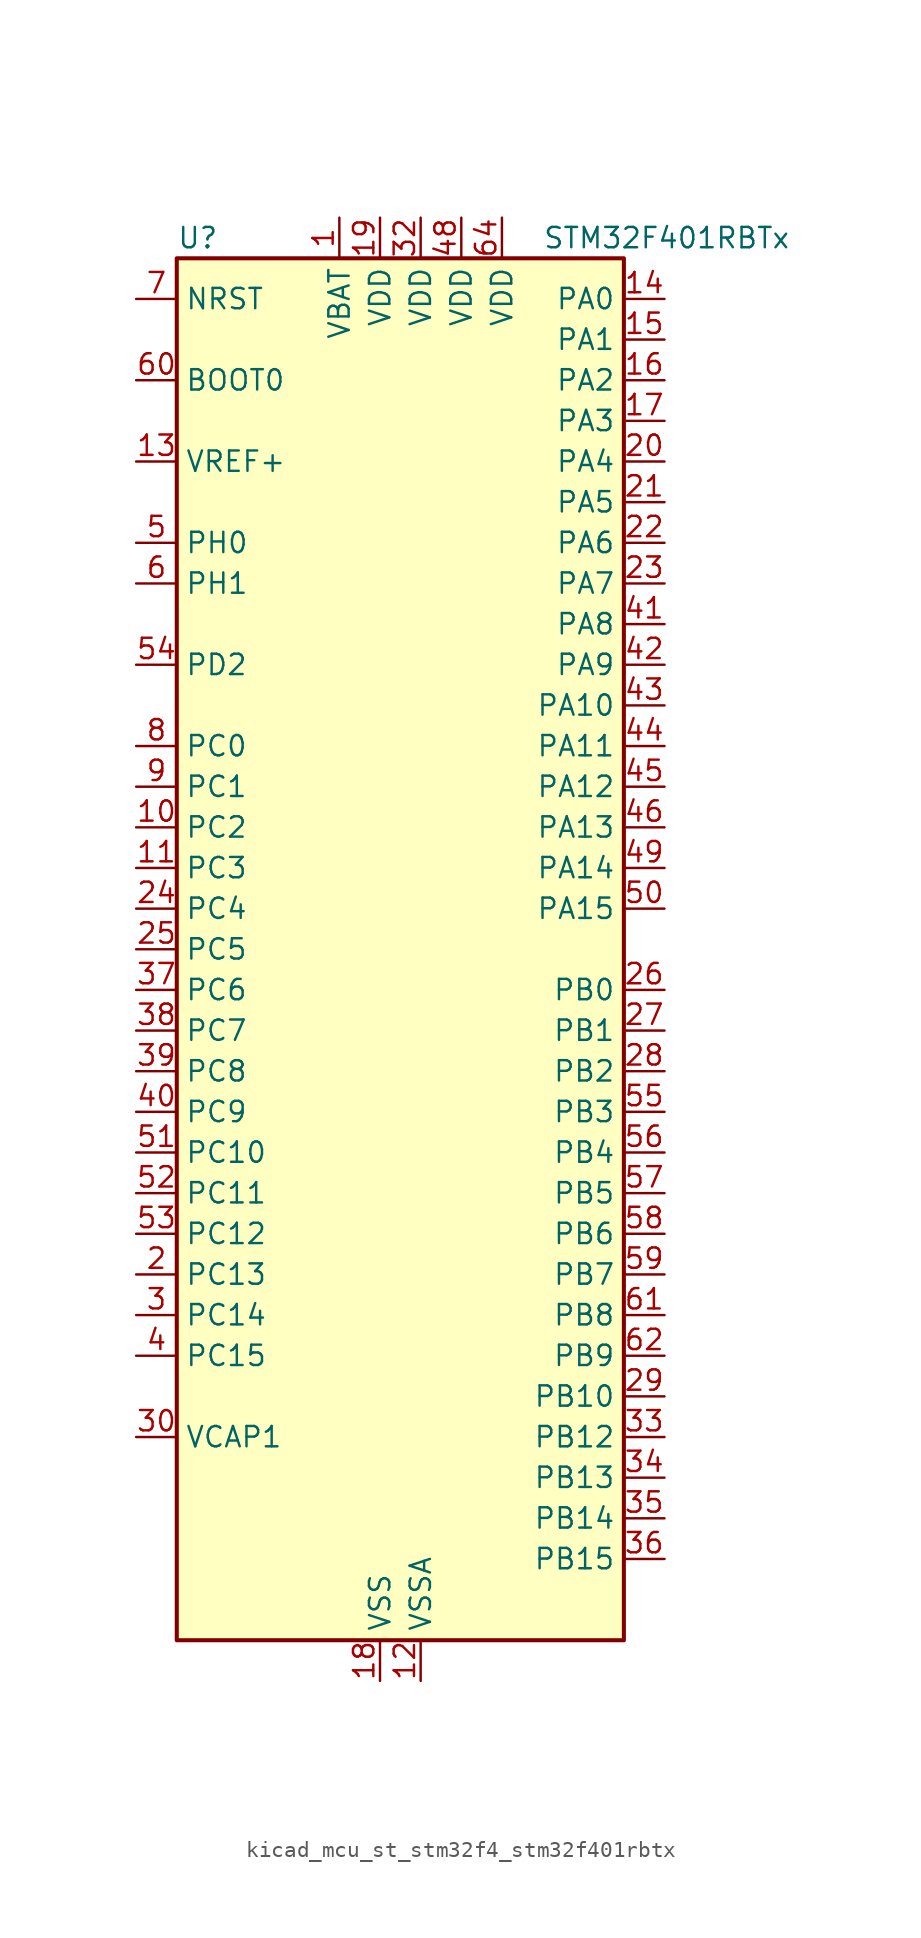
<source format=kicad_sym>
(kicad_symbol_lib
  (version 20220914)
  (generator kicad_symbol_editor)
  (symbol "kicad_mcu_st_stm32f4_stm32f401rbtx"
    (property "Reference" "U"
      (at -12.7 44.45 0)
      (effects (font (size 1.27 1.27)) (justify left)))
    (property "Value" "STM32F401RBTx"
      (at 10.16 44.45 0)
      (effects (font (size 1.27 1.27)) (justify left)))
    (property "ki_locked" ""
      (at 0 0 0)
      (effects (font (size 1.27 1.27))))
    (symbol "kicad_mcu_st_stm32f4_stm32f401rbtx_0_1"
      (rectangle (start -12.7 -43.18) (end 15.24 43.18) (stroke (width 0.254) (type default)) (fill (type background))))
    (symbol "kicad_mcu_st_stm32f4_stm32f401rbtx_1_1"
      (pin power_in line (at -2.54 45.72 270) (length 2.54) (name "VBAT" (effects (font (size 1.27 1.27)))) (number "1" (effects (font (size 1.27 1.27)))))
      (pin bidirectional line (at -15.24 7.62 0) (length 2.54) (name "PC2" (effects (font (size 1.27 1.27)))) (number "10" (effects (font (size 1.27 1.27)))) (alternate "ADC1_IN12" bidirectional line) (alternate "I2S2_ext_SD" bidirectional line) (alternate "SPI2_MISO" bidirectional line))
      (pin bidirectional line (at -15.24 5.08 0) (length 2.54) (name "PC3" (effects (font (size 1.27 1.27)))) (number "11" (effects (font (size 1.27 1.27)))) (alternate "ADC1_IN13" bidirectional line) (alternate "I2S2_SD" bidirectional line) (alternate "SPI2_MOSI" bidirectional line))
      (pin power_in line (at 2.54 -45.72 90) (length 2.54) (name "VSSA" (effects (font (size 1.27 1.27)))) (number "12" (effects (font (size 1.27 1.27)))))
      (pin input line (at -15.24 30.48 0) (length 2.54) (name "VREF+" (effects (font (size 1.27 1.27)))) (number "13" (effects (font (size 1.27 1.27)))))
      (pin bidirectional line (at 17.78 40.64 180) (length 2.54) (name "PA0" (effects (font (size 1.27 1.27)))) (number "14" (effects (font (size 1.27 1.27)))) (alternate "ADC1_IN0" bidirectional line) (alternate "SYS_WKUP" bidirectional line) (alternate "TIM2_CH1" bidirectional line) (alternate "TIM2_ETR" bidirectional line) (alternate "TIM5_CH1" bidirectional line) (alternate "USART2_CTS" bidirectional line))
      (pin bidirectional line (at 17.78 38.1 180) (length 2.54) (name "PA1" (effects (font (size 1.27 1.27)))) (number "15" (effects (font (size 1.27 1.27)))) (alternate "ADC1_IN1" bidirectional line) (alternate "TIM2_CH2" bidirectional line) (alternate "TIM5_CH2" bidirectional line) (alternate "USART2_RTS" bidirectional line))
      (pin bidirectional line (at 17.78 35.56 180) (length 2.54) (name "PA2" (effects (font (size 1.27 1.27)))) (number "16" (effects (font (size 1.27 1.27)))) (alternate "ADC1_IN2" bidirectional line) (alternate "TIM2_CH3" bidirectional line) (alternate "TIM5_CH3" bidirectional line) (alternate "TIM9_CH1" bidirectional line) (alternate "USART2_TX" bidirectional line))
      (pin bidirectional line (at 17.78 33.02 180) (length 2.54) (name "PA3" (effects (font (size 1.27 1.27)))) (number "17" (effects (font (size 1.27 1.27)))) (alternate "ADC1_IN3" bidirectional line) (alternate "TIM2_CH4" bidirectional line) (alternate "TIM5_CH4" bidirectional line) (alternate "TIM9_CH2" bidirectional line) (alternate "USART2_RX" bidirectional line))
      (pin power_in line (at 0 -45.72 90) (length 2.54) (name "VSS" (effects (font (size 1.27 1.27)))) (number "18" (effects (font (size 1.27 1.27)))))
      (pin power_in line (at 0 45.72 270) (length 2.54) (name "VDD" (effects (font (size 1.27 1.27)))) (number "19" (effects (font (size 1.27 1.27)))))
      (pin bidirectional line (at -15.24 -20.32 0) (length 2.54) (name "PC13" (effects (font (size 1.27 1.27)))) (number "2" (effects (font (size 1.27 1.27)))) (alternate "RTC_AF1" bidirectional line))
      (pin bidirectional line (at 17.78 30.48 180) (length 2.54) (name "PA4" (effects (font (size 1.27 1.27)))) (number "20" (effects (font (size 1.27 1.27)))) (alternate "ADC1_IN4" bidirectional line) (alternate "I2S3_WS" bidirectional line) (alternate "SPI1_NSS" bidirectional line) (alternate "SPI3_NSS" bidirectional line) (alternate "USART2_CK" bidirectional line))
      (pin bidirectional line (at 17.78 27.94 180) (length 2.54) (name "PA5" (effects (font (size 1.27 1.27)))) (number "21" (effects (font (size 1.27 1.27)))) (alternate "ADC1_IN5" bidirectional line) (alternate "SPI1_SCK" bidirectional line) (alternate "TIM2_CH1" bidirectional line) (alternate "TIM2_ETR" bidirectional line))
      (pin bidirectional line (at 17.78 25.4 180) (length 2.54) (name "PA6" (effects (font (size 1.27 1.27)))) (number "22" (effects (font (size 1.27 1.27)))) (alternate "ADC1_IN6" bidirectional line) (alternate "SPI1_MISO" bidirectional line) (alternate "TIM1_BKIN" bidirectional line) (alternate "TIM3_CH1" bidirectional line))
      (pin bidirectional line (at 17.78 22.86 180) (length 2.54) (name "PA7" (effects (font (size 1.27 1.27)))) (number "23" (effects (font (size 1.27 1.27)))) (alternate "ADC1_IN7" bidirectional line) (alternate "SPI1_MOSI" bidirectional line) (alternate "TIM1_CH1N" bidirectional line) (alternate "TIM3_CH2" bidirectional line))
      (pin bidirectional line (at -15.24 2.54 0) (length 2.54) (name "PC4" (effects (font (size 1.27 1.27)))) (number "24" (effects (font (size 1.27 1.27)))) (alternate "ADC1_IN14" bidirectional line))
      (pin bidirectional line (at -15.24 0 0) (length 2.54) (name "PC5" (effects (font (size 1.27 1.27)))) (number "25" (effects (font (size 1.27 1.27)))) (alternate "ADC1_IN15" bidirectional line))
      (pin bidirectional line (at 17.78 -2.54 180) (length 2.54) (name "PB0" (effects (font (size 1.27 1.27)))) (number "26" (effects (font (size 1.27 1.27)))) (alternate "ADC1_IN8" bidirectional line) (alternate "TIM1_CH2N" bidirectional line) (alternate "TIM3_CH3" bidirectional line))
      (pin bidirectional line (at 17.78 -5.08 180) (length 2.54) (name "PB1" (effects (font (size 1.27 1.27)))) (number "27" (effects (font (size 1.27 1.27)))) (alternate "ADC1_IN9" bidirectional line) (alternate "TIM1_CH3N" bidirectional line) (alternate "TIM3_CH4" bidirectional line))
      (pin bidirectional line (at 17.78 -7.62 180) (length 2.54) (name "PB2" (effects (font (size 1.27 1.27)))) (number "28" (effects (font (size 1.27 1.27)))))
      (pin bidirectional line (at 17.78 -27.94 180) (length 2.54) (name "PB10" (effects (font (size 1.27 1.27)))) (number "29" (effects (font (size 1.27 1.27)))) (alternate "I2C2_SCL" bidirectional line) (alternate "I2S2_CK" bidirectional line) (alternate "SPI2_SCK" bidirectional line) (alternate "TIM2_CH3" bidirectional line))
      (pin bidirectional line (at -15.24 -22.86 0) (length 2.54) (name "PC14" (effects (font (size 1.27 1.27)))) (number "3" (effects (font (size 1.27 1.27)))) (alternate "RCC_OSC32_IN" bidirectional line))
      (pin power_out line (at -15.24 -30.48 0) (length 2.54) (name "VCAP1" (effects (font (size 1.27 1.27)))) (number "30" (effects (font (size 1.27 1.27)))))
      (pin passive line (at 0 -45.72 90) (length 2.54) hide (name "VSS" (effects (font (size 1.27 1.27)))) (number "31" (effects (font (size 1.27 1.27)))))
      (pin power_in line (at 2.54 45.72 270) (length 2.54) (name "VDD" (effects (font (size 1.27 1.27)))) (number "32" (effects (font (size 1.27 1.27)))))
      (pin bidirectional line (at 17.78 -30.48 180) (length 2.54) (name "PB12" (effects (font (size 1.27 1.27)))) (number "33" (effects (font (size 1.27 1.27)))) (alternate "I2C2_SMBA" bidirectional line) (alternate "I2S2_WS" bidirectional line) (alternate "SPI2_NSS" bidirectional line) (alternate "TIM1_BKIN" bidirectional line))
      (pin bidirectional line (at 17.78 -33.02 180) (length 2.54) (name "PB13" (effects (font (size 1.27 1.27)))) (number "34" (effects (font (size 1.27 1.27)))) (alternate "I2S2_CK" bidirectional line) (alternate "SPI2_SCK" bidirectional line) (alternate "TIM1_CH1N" bidirectional line))
      (pin bidirectional line (at 17.78 -35.56 180) (length 2.54) (name "PB14" (effects (font (size 1.27 1.27)))) (number "35" (effects (font (size 1.27 1.27)))) (alternate "I2S2_ext_SD" bidirectional line) (alternate "SPI2_MISO" bidirectional line) (alternate "TIM1_CH2N" bidirectional line))
      (pin bidirectional line (at 17.78 -38.1 180) (length 2.54) (name "PB15" (effects (font (size 1.27 1.27)))) (number "36" (effects (font (size 1.27 1.27)))) (alternate "ADC1_EXTI15" bidirectional line) (alternate "I2S2_SD" bidirectional line) (alternate "RTC_REFIN" bidirectional line) (alternate "SPI2_MOSI" bidirectional line) (alternate "TIM1_CH3N" bidirectional line))
      (pin bidirectional line (at -15.24 -2.54 0) (length 2.54) (name "PC6" (effects (font (size 1.27 1.27)))) (number "37" (effects (font (size 1.27 1.27)))) (alternate "I2S2_MCK" bidirectional line) (alternate "SDIO_D6" bidirectional line) (alternate "TIM3_CH1" bidirectional line) (alternate "USART6_TX" bidirectional line))
      (pin bidirectional line (at -15.24 -5.08 0) (length 2.54) (name "PC7" (effects (font (size 1.27 1.27)))) (number "38" (effects (font (size 1.27 1.27)))) (alternate "I2S3_MCK" bidirectional line) (alternate "SDIO_D7" bidirectional line) (alternate "TIM3_CH2" bidirectional line) (alternate "USART6_RX" bidirectional line))
      (pin bidirectional line (at -15.24 -7.62 0) (length 2.54) (name "PC8" (effects (font (size 1.27 1.27)))) (number "39" (effects (font (size 1.27 1.27)))) (alternate "SDIO_D0" bidirectional line) (alternate "TIM3_CH3" bidirectional line) (alternate "USART6_CK" bidirectional line))
      (pin bidirectional line (at -15.24 -25.4 0) (length 2.54) (name "PC15" (effects (font (size 1.27 1.27)))) (number "4" (effects (font (size 1.27 1.27)))) (alternate "ADC1_EXTI15" bidirectional line) (alternate "RCC_OSC32_OUT" bidirectional line))
      (pin bidirectional line (at -15.24 -10.16 0) (length 2.54) (name "PC9" (effects (font (size 1.27 1.27)))) (number "40" (effects (font (size 1.27 1.27)))) (alternate "I2C3_SDA" bidirectional line) (alternate "I2S_CKIN" bidirectional line) (alternate "RCC_MCO_2" bidirectional line) (alternate "SDIO_D1" bidirectional line) (alternate "TIM3_CH4" bidirectional line))
      (pin bidirectional line (at 17.78 20.32 180) (length 2.54) (name "PA8" (effects (font (size 1.27 1.27)))) (number "41" (effects (font (size 1.27 1.27)))) (alternate "I2C3_SCL" bidirectional line) (alternate "RCC_MCO_1" bidirectional line) (alternate "TIM1_CH1" bidirectional line) (alternate "USART1_CK" bidirectional line) (alternate "USB_OTG_FS_SOF" bidirectional line))
      (pin bidirectional line (at 17.78 17.78 180) (length 2.54) (name "PA9" (effects (font (size 1.27 1.27)))) (number "42" (effects (font (size 1.27 1.27)))) (alternate "I2C3_SMBA" bidirectional line) (alternate "TIM1_CH2" bidirectional line) (alternate "USART1_TX" bidirectional line) (alternate "USB_OTG_FS_VBUS" bidirectional line))
      (pin bidirectional line (at 17.78 15.24 180) (length 2.54) (name "PA10" (effects (font (size 1.27 1.27)))) (number "43" (effects (font (size 1.27 1.27)))) (alternate "TIM1_CH3" bidirectional line) (alternate "USART1_RX" bidirectional line) (alternate "USB_OTG_FS_ID" bidirectional line))
      (pin bidirectional line (at 17.78 12.7 180) (length 2.54) (name "PA11" (effects (font (size 1.27 1.27)))) (number "44" (effects (font (size 1.27 1.27)))) (alternate "ADC1_EXTI11" bidirectional line) (alternate "TIM1_CH4" bidirectional line) (alternate "USART1_CTS" bidirectional line) (alternate "USART6_TX" bidirectional line) (alternate "USB_OTG_FS_DM" bidirectional line))
      (pin bidirectional line (at 17.78 10.16 180) (length 2.54) (name "PA12" (effects (font (size 1.27 1.27)))) (number "45" (effects (font (size 1.27 1.27)))) (alternate "TIM1_ETR" bidirectional line) (alternate "USART1_RTS" bidirectional line) (alternate "USART6_RX" bidirectional line) (alternate "USB_OTG_FS_DP" bidirectional line))
      (pin bidirectional line (at 17.78 7.62 180) (length 2.54) (name "PA13" (effects (font (size 1.27 1.27)))) (number "46" (effects (font (size 1.27 1.27)))) (alternate "SYS_JTMS-SWDIO" bidirectional line))
      (pin passive line (at 0 -45.72 90) (length 2.54) hide (name "VSS" (effects (font (size 1.27 1.27)))) (number "47" (effects (font (size 1.27 1.27)))))
      (pin power_in line (at 5.08 45.72 270) (length 2.54) (name "VDD" (effects (font (size 1.27 1.27)))) (number "48" (effects (font (size 1.27 1.27)))))
      (pin bidirectional line (at 17.78 5.08 180) (length 2.54) (name "PA14" (effects (font (size 1.27 1.27)))) (number "49" (effects (font (size 1.27 1.27)))) (alternate "SYS_JTCK-SWCLK" bidirectional line))
      (pin bidirectional line (at -15.24 25.4 0) (length 2.54) (name "PH0" (effects (font (size 1.27 1.27)))) (number "5" (effects (font (size 1.27 1.27)))) (alternate "RCC_OSC_IN" bidirectional line))
      (pin bidirectional line (at 17.78 2.54 180) (length 2.54) (name "PA15" (effects (font (size 1.27 1.27)))) (number "50" (effects (font (size 1.27 1.27)))) (alternate "ADC1_EXTI15" bidirectional line) (alternate "I2S3_WS" bidirectional line) (alternate "SPI1_NSS" bidirectional line) (alternate "SPI3_NSS" bidirectional line) (alternate "SYS_JTDI" bidirectional line) (alternate "TIM2_CH1" bidirectional line) (alternate "TIM2_ETR" bidirectional line))
      (pin bidirectional line (at -15.24 -12.7 0) (length 2.54) (name "PC10" (effects (font (size 1.27 1.27)))) (number "51" (effects (font (size 1.27 1.27)))) (alternate "I2S3_CK" bidirectional line) (alternate "SDIO_D2" bidirectional line) (alternate "SPI3_SCK" bidirectional line))
      (pin bidirectional line (at -15.24 -15.24 0) (length 2.54) (name "PC11" (effects (font (size 1.27 1.27)))) (number "52" (effects (font (size 1.27 1.27)))) (alternate "ADC1_EXTI11" bidirectional line) (alternate "I2S3_ext_SD" bidirectional line) (alternate "SDIO_D3" bidirectional line) (alternate "SPI3_MISO" bidirectional line))
      (pin bidirectional line (at -15.24 -17.78 0) (length 2.54) (name "PC12" (effects (font (size 1.27 1.27)))) (number "53" (effects (font (size 1.27 1.27)))) (alternate "I2S3_SD" bidirectional line) (alternate "SDIO_CK" bidirectional line) (alternate "SPI3_MOSI" bidirectional line))
      (pin bidirectional line (at -15.24 17.78 0) (length 2.54) (name "PD2" (effects (font (size 1.27 1.27)))) (number "54" (effects (font (size 1.27 1.27)))) (alternate "SDIO_CMD" bidirectional line) (alternate "TIM3_ETR" bidirectional line))
      (pin bidirectional line (at 17.78 -10.16 180) (length 2.54) (name "PB3" (effects (font (size 1.27 1.27)))) (number "55" (effects (font (size 1.27 1.27)))) (alternate "I2C2_SDA" bidirectional line) (alternate "I2S3_CK" bidirectional line) (alternate "SPI1_SCK" bidirectional line) (alternate "SPI3_SCK" bidirectional line) (alternate "SYS_JTDO-SWO" bidirectional line) (alternate "TIM2_CH2" bidirectional line))
      (pin bidirectional line (at 17.78 -12.7 180) (length 2.54) (name "PB4" (effects (font (size 1.27 1.27)))) (number "56" (effects (font (size 1.27 1.27)))) (alternate "I2C3_SDA" bidirectional line) (alternate "I2S3_ext_SD" bidirectional line) (alternate "SPI1_MISO" bidirectional line) (alternate "SPI3_MISO" bidirectional line) (alternate "SYS_JTRST" bidirectional line) (alternate "TIM3_CH1" bidirectional line))
      (pin bidirectional line (at 17.78 -15.24 180) (length 2.54) (name "PB5" (effects (font (size 1.27 1.27)))) (number "57" (effects (font (size 1.27 1.27)))) (alternate "I2C1_SMBA" bidirectional line) (alternate "I2S3_SD" bidirectional line) (alternate "SPI1_MOSI" bidirectional line) (alternate "SPI3_MOSI" bidirectional line) (alternate "TIM3_CH2" bidirectional line))
      (pin bidirectional line (at 17.78 -17.78 180) (length 2.54) (name "PB6" (effects (font (size 1.27 1.27)))) (number "58" (effects (font (size 1.27 1.27)))) (alternate "I2C1_SCL" bidirectional line) (alternate "TIM4_CH1" bidirectional line) (alternate "USART1_TX" bidirectional line))
      (pin bidirectional line (at 17.78 -20.32 180) (length 2.54) (name "PB7" (effects (font (size 1.27 1.27)))) (number "59" (effects (font (size 1.27 1.27)))) (alternate "I2C1_SDA" bidirectional line) (alternate "TIM4_CH2" bidirectional line) (alternate "USART1_RX" bidirectional line))
      (pin bidirectional line (at -15.24 22.86 0) (length 2.54) (name "PH1" (effects (font (size 1.27 1.27)))) (number "6" (effects (font (size 1.27 1.27)))) (alternate "RCC_OSC_OUT" bidirectional line))
      (pin input line (at -15.24 35.56 0) (length 2.54) (name "BOOT0" (effects (font (size 1.27 1.27)))) (number "60" (effects (font (size 1.27 1.27)))))
      (pin bidirectional line (at 17.78 -22.86 180) (length 2.54) (name "PB8" (effects (font (size 1.27 1.27)))) (number "61" (effects (font (size 1.27 1.27)))) (alternate "I2C1_SCL" bidirectional line) (alternate "SDIO_D4" bidirectional line) (alternate "TIM10_CH1" bidirectional line) (alternate "TIM4_CH3" bidirectional line))
      (pin bidirectional line (at 17.78 -25.4 180) (length 2.54) (name "PB9" (effects (font (size 1.27 1.27)))) (number "62" (effects (font (size 1.27 1.27)))) (alternate "I2C1_SDA" bidirectional line) (alternate "I2S2_WS" bidirectional line) (alternate "SDIO_D5" bidirectional line) (alternate "SPI2_NSS" bidirectional line) (alternate "TIM11_CH1" bidirectional line) (alternate "TIM4_CH4" bidirectional line))
      (pin passive line (at 0 -45.72 90) (length 2.54) hide (name "VSS" (effects (font (size 1.27 1.27)))) (number "63" (effects (font (size 1.27 1.27)))))
      (pin power_in line (at 7.62 45.72 270) (length 2.54) (name "VDD" (effects (font (size 1.27 1.27)))) (number "64" (effects (font (size 1.27 1.27)))))
      (pin input line (at -15.24 40.64 0) (length 2.54) (name "NRST" (effects (font (size 1.27 1.27)))) (number "7" (effects (font (size 1.27 1.27)))))
      (pin bidirectional line (at -15.24 12.7 0) (length 2.54) (name "PC0" (effects (font (size 1.27 1.27)))) (number "8" (effects (font (size 1.27 1.27)))) (alternate "ADC1_IN10" bidirectional line))
      (pin bidirectional line (at -15.24 10.16 0) (length 2.54) (name "PC1" (effects (font (size 1.27 1.27)))) (number "9" (effects (font (size 1.27 1.27)))) (alternate "ADC1_IN11" bidirectional line)))))
</source>
